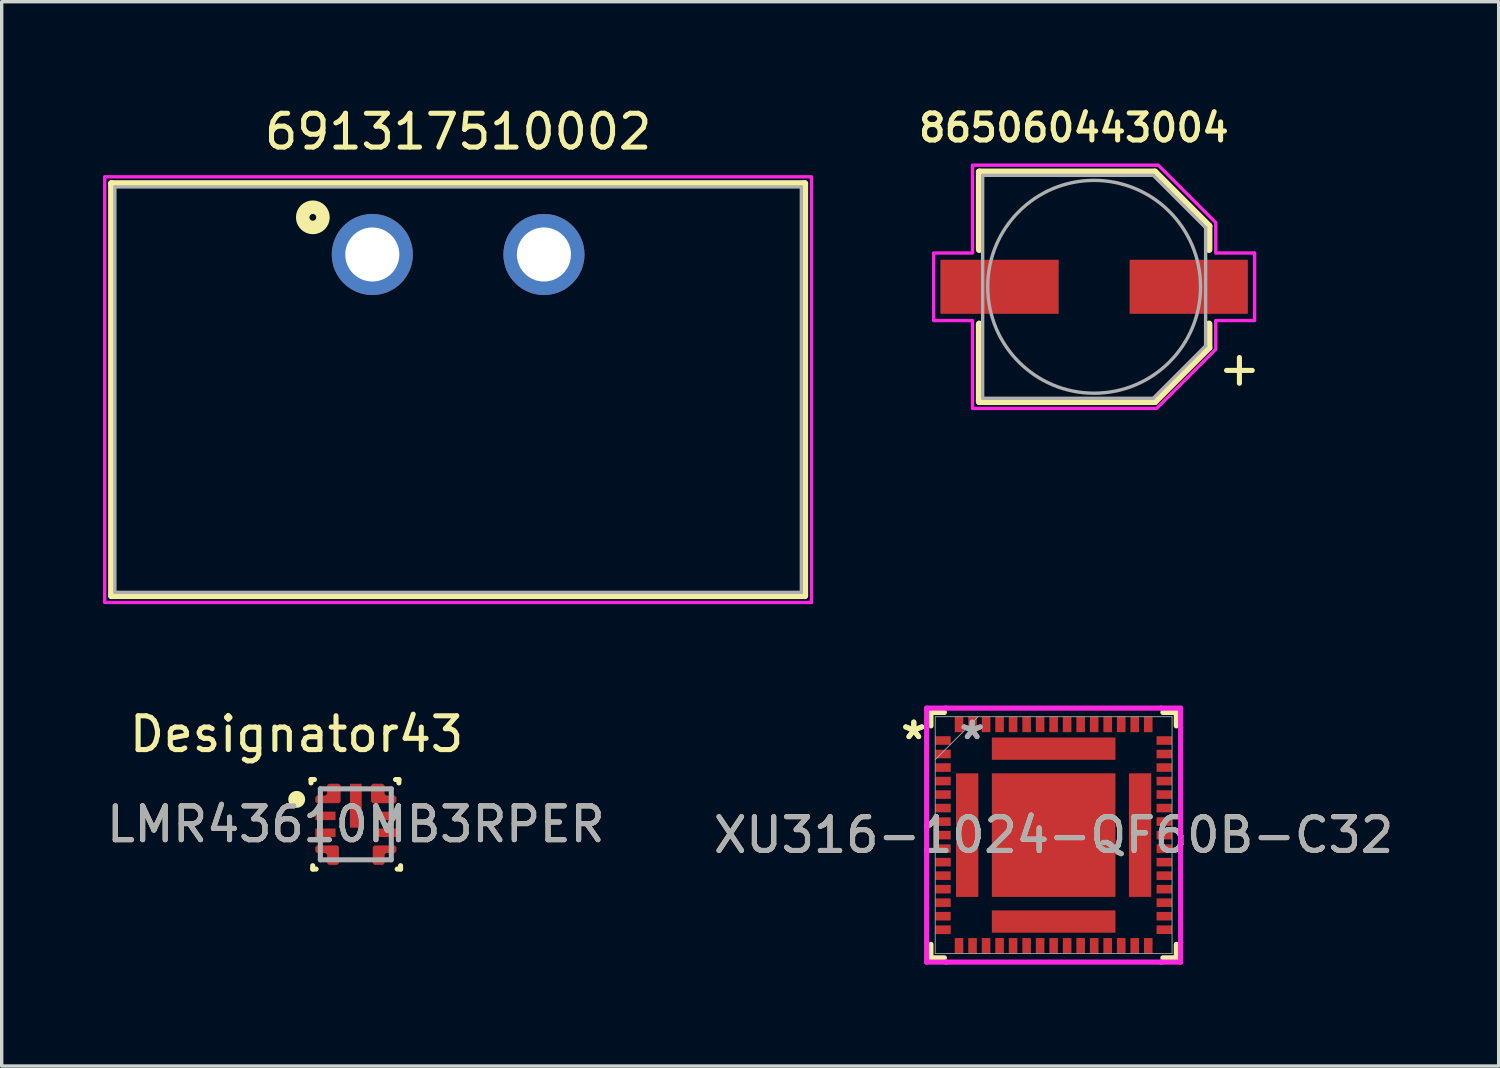
<source format=kicad_pcb>
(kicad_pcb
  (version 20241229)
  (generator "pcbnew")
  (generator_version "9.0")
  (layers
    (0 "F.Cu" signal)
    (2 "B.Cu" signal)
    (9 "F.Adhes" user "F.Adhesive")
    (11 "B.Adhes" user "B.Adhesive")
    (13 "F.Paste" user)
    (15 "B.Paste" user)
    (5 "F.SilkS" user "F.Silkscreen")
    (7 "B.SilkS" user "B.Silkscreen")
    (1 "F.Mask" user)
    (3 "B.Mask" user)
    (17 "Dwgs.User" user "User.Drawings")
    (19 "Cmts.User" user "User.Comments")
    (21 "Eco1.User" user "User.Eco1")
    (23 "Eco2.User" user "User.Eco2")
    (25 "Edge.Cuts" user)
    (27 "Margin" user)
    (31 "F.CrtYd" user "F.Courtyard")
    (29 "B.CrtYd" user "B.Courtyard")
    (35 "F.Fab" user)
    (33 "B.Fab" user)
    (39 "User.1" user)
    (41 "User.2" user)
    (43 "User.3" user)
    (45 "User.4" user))
  (footprint "LMR43610MB3RPER"
    (layer "F.Cu")
    (at 7.482 21.349)
    (property "Reference" "LMR43610MB3RPER" (at 0 0 0) (unlocked yes) (layer "F.SilkS") (effects (font (size 1 1) (thickness 0.15))))
    (attr smd)
    (fp_poly (pts (xy -1.2 -0.8) (xy -1.15 -0.851) (xy -0.9 -0.851) (xy -0.85 -0.901) (xy -0.85 -1.15) (xy -0.8 -1.2) (xy -0.5 -1.2) (xy -0.45 -1.15) (xy -0.45 -0.675) (xy -0.5 -0.625) (xy -1.15 -0.625) (xy -1.2 -0.675)) (stroke (width 0) (type solid)) (fill yes) (layer "F.Cu"))
    (fp_poly (pts (xy -1.2 0.8) (xy -1.15 0.85) (xy -0.9 0.851) (xy -0.85 0.901) (xy -0.85 1.15) (xy -0.8 1.2) (xy -0.55 1.2) (xy -0.5 1.15) (xy -0.5 0.675) (xy -0.55 0.625) (xy -1.15 0.625) (xy -1.2 0.675)) (stroke (width 0) (type solid)) (fill yes) (layer "F.Cu"))
    (fp_poly (pts (xy 1.2 -0.8) (xy 1.15 -0.85) (xy 0.9 -0.851) (xy 0.85 -0.901) (xy 0.85 -1.15) (xy 0.8 -1.2) (xy 0.5 -1.2) (xy 0.45 -1.15) (xy 0.45 -0.675) (xy 0.5 -0.625) (xy 1.15 -0.625) (xy 1.2 -0.675)) (stroke (width 0) (type solid)) (fill yes) (layer "F.Cu"))
    (fp_poly (pts (xy 1.2 0.8) (xy 1.15 0.851) (xy 0.9 0.85) (xy 0.85 0.901) (xy 0.85 1.15) (xy 0.8 1.2) (xy 0.55 1.2) (xy 0.5 1.15) (xy 0.5 0.675) (xy 0.55 0.625) (xy 1.15 0.625) (xy 1.2 0.675)) (stroke (width 0) (type solid)) (fill yes) (layer "F.Cu"))
    (fp_poly (pts (xy -1.2 -0.8) (xy -1.15 -0.851) (xy -0.9 -0.851) (xy -0.85 -0.901) (xy -0.85 -1.15) (xy -0.8 -1.2) (xy -0.5 -1.2) (xy -0.45 -1.15) (xy -0.45 -0.675) (xy -0.5 -0.625) (xy -1.15 -0.625) (xy -1.2 -0.675)) (stroke (width 0) (type solid)) (fill yes) (layer "F.Mask"))
    (fp_poly (pts (xy -1.2 0.8) (xy -1.2 0.675) (xy -1.15 0.625) (xy -0.55 0.625) (xy -0.5 0.675) (xy -0.5 1.15) (xy -0.55 1.2) (xy -0.8 1.2) (xy -0.85 1.15) (xy -0.85 0.901) (xy -0.9 0.851) (xy -1.15 0.85)) (stroke (width 0) (type solid)) (fill yes) (layer "F.Mask"))
    (fp_poly (pts (xy 1.2 -0.8) (xy 1.2 -0.675) (xy 1.15 -0.625) (xy 0.5 -0.625) (xy 0.45 -0.675) (xy 0.45 -1.15) (xy 0.5 -1.2) (xy 0.8 -1.2) (xy 0.85 -1.15) (xy 0.85 -0.901) (xy 0.9 -0.851) (xy 1.15 -0.85)) (stroke (width 0) (type solid)) (fill yes) (layer "F.Mask"))
    (fp_poly (pts (xy 1.2 0.8) (xy 1.15 0.851) (xy 0.9 0.85) (xy 0.85 0.901) (xy 0.85 1.15) (xy 0.8 1.2) (xy 0.55 1.2) (xy 0.5 1.15) (xy 0.5 0.675) (xy 0.55 0.625) (xy 1.15 0.625) (xy 1.2 0.675)) (stroke (width 0) (type solid)) (fill yes) (layer "F.Mask"))
    (fp_line (start -1.325 -1.325) (end -1.225 -1.325) (stroke (width 0.15) (type solid)) (layer "F.SilkS"))
    (fp_line (start -1.325 -1.225) (end -1.325 -1.325) (stroke (width 0.15) (type solid)) (layer "F.SilkS"))
    (fp_line (start -1.275 1.325) (end -1.275 1.225) (stroke (width 0.15) (type solid)) (layer "F.SilkS"))
    (fp_line (start -1.275 1.325) (end -1.175 1.325) (stroke (width 0.15) (type solid)) (layer "F.SilkS"))
    (fp_line (start 1.175 -1.325) (end 1.275 -1.325) (stroke (width 0.15) (type solid)) (layer "F.SilkS"))
    (fp_line (start 1.225 1.325) (end 1.325 1.325) (stroke (width 0.15) (type solid)) (layer "F.SilkS"))
    (fp_line (start 1.275 -1.225) (end 1.275 -1.325) (stroke (width 0.15) (type solid)) (layer "F.SilkS"))
    (fp_line (start 1.325 1.325) (end 1.325 1.225) (stroke (width 0.15) (type solid)) (layer "F.SilkS"))
    (fp_circle (center -1.75 -0.738) (end -1.625 -0.738) (stroke (width 0.25) (type solid)) (fill no) (layer "F.SilkS"))
    (fp_poly (pts (xy -0.175 0.05) (xy -0.175 -0.4) (xy -0.125 -0.45) (xy 0.125 -0.45) (xy 0.175 -0.4) (xy 0.175 0.05) (xy 0.125 0.1) (xy -0.125 0.1)) (stroke (width 0) (type solid)) (fill yes) (layer "F.Paste"))
    (fp_poly (pts (xy 0.175 -0.7) (xy 0.125 -0.65) (xy -0.125 -0.65) (xy -0.175 -0.7) (xy -0.175 -1.15) (xy -0.125 -1.2) (xy 0.125 -1.2) (xy 0.175 -1.15)) (stroke (width 0) (type solid)) (fill yes) (layer "F.Paste"))
    (fp_poly (pts (xy -1.2 -0.8) (xy -1.15 -0.85) (xy -0.9 -0.851) (xy -0.85 -0.901) (xy -0.85 -1.075) (xy -0.8 -1.125) (xy -0.5 -1.125) (xy -0.45 -1.075) (xy -0.45 -0.675) (xy -0.5 -0.625) (xy -1.15 -0.625) (xy -1.2 -0.675)) (stroke (width 0) (type solid)) (fill yes) (layer "F.Paste"))
    (fp_poly (pts (xy -1.2 0.8) (xy -1.2 0.675) (xy -1.15 0.625) (xy -0.55 0.625) (xy -0.5 0.675) (xy -0.5 1.15) (xy -0.55 1.2) (xy -0.8 1.2) (xy -0.85 1.15) (xy -0.85 0.901) (xy -0.9 0.851) (xy -1.15 0.85)) (stroke (width 0) (type solid)) (fill yes) (layer "F.Paste"))
    (fp_poly (pts (xy 1.2 -0.801) (xy 1.15 -0.851) (xy 0.9 -0.851) (xy 0.85 -0.901) (xy 0.85 -1.076) (xy 0.8 -1.126) (xy 0.5 -1.126) (xy 0.45 -1.076) (xy 0.45 -0.676) (xy 0.5 -0.626) (xy 1.15 -0.626) (xy 1.2 -0.676)) (stroke (width 0) (type solid)) (fill yes) (layer "F.Paste"))
    (fp_poly (pts (xy 1.2 0.8) (xy 1.15 0.851) (xy 0.9 0.85) (xy 0.85 0.901) (xy 0.85 1.15) (xy 0.8 1.2) (xy 0.55 1.2) (xy 0.5 1.15) (xy 0.5 0.675) (xy 0.55 0.625) (xy 1.15 0.625) (xy 1.2 0.675)) (stroke (width 0) (type solid)) (fill yes) (layer "F.Paste"))
    (fp_line (start -1.05 -1.05) (end 1.05 -1.05) (stroke (width 0.15) (type solid)) (layer "F.Fab"))
    (fp_line (start -1.05 1.05) (end -1.05 -1.05) (stroke (width 0.15) (type solid)) (layer "F.Fab"))
    (fp_line (start -1.05 1.05) (end 1.05 1.05) (stroke (width 0.15) (type solid)) (layer "F.Fab"))
    (fp_line (start 1.05 1.05) (end 1.05 -1.05) (stroke (width 0.15) (type solid)) (layer "F.Fab"))
    (fp_text user "Designator43" (at -1.753 -2.667 0) (unlocked yes) (layer "F.SilkS") (effects (font (size 1 1) (thickness 0.15))))
    (fp_text user "${REFERENCE}" (at 0 0 0) (unlocked yes) (layer "F.Fab") (effects (font (size 1 1) (thickness 0.15))))
    (pad "1" smd circle (at -0.661 -0.877) (size 0.342 0.342) (layers "F.Cu" "F.Mask"))
    (pad "2" smd rect (at -0.9 -0.25) (size 0.6 0.25) (layers "F.Cu" "F.Mask" "F.Paste"))
    (pad "3" smd rect (at -0.9 0.25) (size 0.6 0.25) (layers "F.Cu" "F.Mask" "F.Paste"))
    (pad "4" smd circle (at -0.661 0.877) (size 0.291 0.291) (layers "F.Cu" "F.Mask" "F.Paste"))
    (pad "5" smd circle (at 0.68 0.805) (size 0.323 0.323) (layers "F.Cu" "F.Mask" "F.Paste"))
    (pad "6" smd rect (at 0.9 0.25) (size 0.6 0.25) (layers "F.Cu" "F.Mask" "F.Paste"))
    (pad "7" smd rect (at 0.9 -0.25) (size 0.6 0.25) (layers "F.Cu" "F.Mask" "F.Paste"))
    (pad "8" smd circle (at 0.665 -0.841) (size 0.346 0.346) (layers "F.Cu" "F.Mask"))
    (pad "9" smd rect (at 0 -0.55) (size 0.35 1.3) (layers "F.Cu" "F.Mask")))
  (footprint "865060443004"
    (layer "F.Cu")
    (at 29.336 5.439)
    (property "Reference" "865060443004" (at -0.6 -4.708 0) (layer "F.SilkS") (effects (font (size 0.8 0.8) (thickness 0.15))))
    (attr smd)
    (fp_line (start -3.4 -3.4) (end -3.4 -1.1) (stroke (width 0.2) (type solid)) (layer "F.SilkS"))
    (fp_line (start -3.4 -3.4) (end 1.8 -3.4) (stroke (width 0.2) (type solid)) (layer "F.SilkS"))
    (fp_line (start -3.4 3.4) (end -3.4 1.1) (stroke (width 0.2) (type solid)) (layer "F.SilkS"))
    (fp_line (start -3.4 3.4) (end 1.8 3.4) (stroke (width 0.2) (type solid)) (layer "F.SilkS"))
    (fp_line (start 1.8 -3.4) (end 3.4 -1.8) (stroke (width 0.2) (type solid)) (layer "F.SilkS"))
    (fp_line (start 1.8 3.4) (end 3.4 1.8) (stroke (width 0.2) (type solid)) (layer "F.SilkS"))
    (fp_line (start 3.4 -1.8) (end 3.4 -1.1) (stroke (width 0.2) (type solid)) (layer "F.SilkS"))
    (fp_line (start 3.4 1.8) (end 3.4 1.1) (stroke (width 0.2) (type solid)) (layer "F.SilkS"))
    (fp_poly (pts (xy 1.9 -3.6) (xy -3.6 -3.6) (xy -3.6 -1) (xy -4.75 -1) (xy -4.75 1) (xy -3.6 1) (xy -3.6 3.6) (xy 1.85 3.6) (xy 3.6 1.85) (xy 3.6 1) (xy 4.75 1) (xy 4.75 -1) (xy 3.6 -1) (xy 3.6 -1.9)) (stroke (width 0.1) (type solid)) (fill no) (layer "F.CrtYd"))
    (fp_line (start -3.3 -3.3) (end -3.3 3.3) (stroke (width 0.1) (type solid)) (layer "F.Fab"))
    (fp_line (start -3.3 3.3) (end 1.75 3.3) (stroke (width 0.1) (type solid)) (layer "F.Fab"))
    (fp_line (start 1.75 -3.3) (end -3.3 -3.3) (stroke (width 0.1) (type solid)) (layer "F.Fab"))
    (fp_line (start 1.75 3.3) (end 3.3 1.75) (stroke (width 0.1) (type solid)) (layer "F.Fab"))
    (fp_line (start 3.3 -1.75) (end 1.75 -3.3) (stroke (width 0.1) (type solid)) (layer "F.Fab"))
    (fp_line (start 3.3 1.75) (end 3.3 -1.75) (stroke (width 0.1) (type solid)) (layer "F.Fab"))
    (fp_circle (center 0 0) (end 3.15 0) (stroke (width 0.1) (type solid)) (fill no) (layer "F.Fab"))
    (fp_text user "+" (at 4.3 2.4 0) (layer "F.SilkS") (effects (font (size 1 1) (thickness 0.15))))
    (pad "1" smd rect (at 2.8 0) (size 3.5 1.6) (layers "F.Cu" "F.Mask" "F.Paste"))
    (pad "2" smd rect (at -2.8 0) (size 3.5 1.6) (layers "F.Cu" "F.Mask" "F.Paste")))
  (footprint "XU316-1024-QF60B-C32"
    (layer "F.Cu")
    (at 28.137 21.669)
    (property "Reference" "XU316-1024-QF60B-C32" (at 0 0 0) (unlocked yes) (layer "F.SilkS") (effects (font (size 1 1) (thickness 0.15))))
    (attr smd)
    (fp_line (start -3.632 -3.632) (end -3.632 -3.234) (stroke (width 0.152) (type solid)) (layer "F.SilkS"))
    (fp_line (start -3.632 3.234) (end -3.632 3.632) (stroke (width 0.152) (type solid)) (layer "F.SilkS"))
    (fp_line (start -3.632 3.632) (end -3.234 3.632) (stroke (width 0.152) (type solid)) (layer "F.SilkS"))
    (fp_line (start -3.234 -3.632) (end -3.632 -3.632) (stroke (width 0.152) (type solid)) (layer "F.SilkS"))
    (fp_line (start 3.234 3.632) (end 3.632 3.632) (stroke (width 0.152) (type solid)) (layer "F.SilkS"))
    (fp_line (start 3.632 -3.632) (end 3.234 -3.632) (stroke (width 0.152) (type solid)) (layer "F.SilkS"))
    (fp_line (start 3.632 -3.234) (end 3.632 -3.632) (stroke (width 0.152) (type solid)) (layer "F.SilkS"))
    (fp_line (start 3.632 3.632) (end 3.632 3.234) (stroke (width 0.152) (type solid)) (layer "F.SilkS"))
    (fp_line (start -3.759 -3.759) (end -3.181 -3.759) (stroke (width 0.152) (type solid)) (layer "F.CrtYd"))
    (fp_line (start -3.759 -3.181) (end -3.759 -3.759) (stroke (width 0.152) (type solid)) (layer "F.CrtYd"))
    (fp_line (start -3.759 -3.181) (end -3.759 -3.181) (stroke (width 0.152) (type solid)) (layer "F.CrtYd"))
    (fp_line (start -3.759 3.181) (end -3.759 -3.181) (stroke (width 0.152) (type solid)) (layer "F.CrtYd"))
    (fp_line (start -3.759 3.181) (end -3.759 3.181) (stroke (width 0.152) (type solid)) (layer "F.CrtYd"))
    (fp_line (start -3.759 3.759) (end -3.759 3.181) (stroke (width 0.152) (type solid)) (layer "F.CrtYd"))
    (fp_line (start -3.181 -3.759) (end -3.181 -3.759) (stroke (width 0.152) (type solid)) (layer "F.CrtYd"))
    (fp_line (start -3.181 -3.759) (end 3.181 -3.759) (stroke (width 0.152) (type solid)) (layer "F.CrtYd"))
    (fp_line (start -3.181 3.759) (end -3.759 3.759) (stroke (width 0.152) (type solid)) (layer "F.CrtYd"))
    (fp_line (start -3.181 3.759) (end -3.181 3.759) (stroke (width 0.152) (type solid)) (layer "F.CrtYd"))
    (fp_line (start 3.181 -3.759) (end 3.181 -3.759) (stroke (width 0.152) (type solid)) (layer "F.CrtYd"))
    (fp_line (start 3.181 -3.759) (end 3.759 -3.759) (stroke (width 0.152) (type solid)) (layer "F.CrtYd"))
    (fp_line (start 3.181 3.759) (end -3.181 3.759) (stroke (width 0.152) (type solid)) (layer "F.CrtYd"))
    (fp_line (start 3.181 3.759) (end 3.181 3.759) (stroke (width 0.152) (type solid)) (layer "F.CrtYd"))
    (fp_line (start 3.759 -3.759) (end 3.759 -3.181) (stroke (width 0.152) (type solid)) (layer "F.CrtYd"))
    (fp_line (start 3.759 -3.181) (end 3.759 -3.181) (stroke (width 0.152) (type solid)) (layer "F.CrtYd"))
    (fp_line (start 3.759 -3.181) (end 3.759 3.181) (stroke (width 0.152) (type solid)) (layer "F.CrtYd"))
    (fp_line (start 3.759 3.181) (end 3.759 3.181) (stroke (width 0.152) (type solid)) (layer "F.CrtYd"))
    (fp_line (start 3.759 3.181) (end 3.759 3.759) (stroke (width 0.152) (type solid)) (layer "F.CrtYd"))
    (fp_line (start 3.759 3.759) (end 3.181 3.759) (stroke (width 0.152) (type solid)) (layer "F.CrtYd"))
    (fp_line (start -3.505 -3.505) (end -3.505 3.505) (stroke (width 0.025) (type solid)) (layer "F.Fab"))
    (fp_line (start -3.505 -2.235) (end -2.235 -3.505) (stroke (width 0.025) (type solid)) (layer "F.Fab"))
    (fp_line (start -3.505 3.505) (end 3.505 3.505) (stroke (width 0.025) (type solid)) (layer "F.Fab"))
    (fp_line (start 3.505 -3.505) (end -3.505 -3.505) (stroke (width 0.025) (type solid)) (layer "F.Fab"))
    (fp_line (start 3.505 3.505) (end 3.505 -3.505) (stroke (width 0.025) (type solid)) (layer "F.Fab"))
    (fp_text user "*" (at -4.139 -2.8 0) (layer "F.SilkS") (effects (font (size 1 1) (thickness 0.15))))
    (fp_text user "*" (at -4.139 -2.8 0) (unlocked yes) (layer "F.SilkS") (effects (font (size 1 1) (thickness 0.15))))
    (fp_text user "*" (at -2.411 -2.8 0) (unlocked yes) (layer "F.Fab") (effects (font (size 1 1) (thickness 0.15))))
    (fp_text user "${REFERENCE}" (at 0 0 0) (unlocked yes) (layer "F.Fab") (effects (font (size 1 1) (thickness 0.15))))
    (fp_text user "*" (at -2.411 -2.8 0) (layer "F.Fab") (effects (font (size 1 1) (thickness 0.15))))
    (pad "1" smd rect (at -3.275 -2.8) (size 0.457 0.254) (layers "F.Cu" "F.Mask" "F.Paste"))
    (pad "2" smd rect (at -3.275 -2.4) (size 0.457 0.254) (layers "F.Cu" "F.Mask" "F.Paste"))
    (pad "3" smd rect (at -3.275 -2) (size 0.457 0.254) (layers "F.Cu" "F.Mask" "F.Paste"))
    (pad "4" smd rect (at -3.275 -1.6) (size 0.457 0.254) (layers "F.Cu" "F.Mask" "F.Paste"))
    (pad "5" smd rect (at -3.275 -1.2) (size 0.457 0.254) (layers "F.Cu" "F.Mask" "F.Paste"))
    (pad "6" smd rect (at -3.275 -0.8) (size 0.457 0.254) (layers "F.Cu" "F.Mask" "F.Paste"))
    (pad "7" smd rect (at -3.275 -0.4) (size 0.457 0.254) (layers "F.Cu" "F.Mask" "F.Paste"))
    (pad "8" smd rect (at -3.275 0) (size 0.457 0.254) (layers "F.Cu" "F.Mask" "F.Paste"))
    (pad "9" smd rect (at -3.275 0.4) (size 0.457 0.254) (layers "F.Cu" "F.Mask" "F.Paste"))
    (pad "10" smd rect (at -3.275 0.8) (size 0.457 0.254) (layers "F.Cu" "F.Mask" "F.Paste"))
    (pad "11" smd rect (at -3.275 1.2) (size 0.457 0.254) (layers "F.Cu" "F.Mask" "F.Paste"))
    (pad "12" smd rect (at -3.275 1.6) (size 0.457 0.254) (layers "F.Cu" "F.Mask" "F.Paste"))
    (pad "13" smd rect (at -3.275 2) (size 0.457 0.254) (layers "F.Cu" "F.Mask" "F.Paste"))
    (pad "14" smd rect (at -3.275 2.4) (size 0.457 0.254) (layers "F.Cu" "F.Mask" "F.Paste"))
    (pad "15" smd rect (at -3.275 2.8) (size 0.457 0.254) (layers "F.Cu" "F.Mask" "F.Paste"))
    (pad "16" smd rect (at -2.8 3.275 90) (size 0.457 0.254) (layers "F.Cu" "F.Mask" "F.Paste"))
    (pad "17" smd rect (at -2.4 3.275 90) (size 0.457 0.254) (layers "F.Cu" "F.Mask" "F.Paste"))
    (pad "18" smd rect (at -2 3.275 90) (size 0.457 0.254) (layers "F.Cu" "F.Mask" "F.Paste"))
    (pad "19" smd rect (at -1.6 3.275 90) (size 0.457 0.254) (layers "F.Cu" "F.Mask" "F.Paste"))
    (pad "20" smd rect (at -1.2 3.275 90) (size 0.457 0.254) (layers "F.Cu" "F.Mask" "F.Paste"))
    (pad "21" smd rect (at -0.8 3.275 90) (size 0.457 0.254) (layers "F.Cu" "F.Mask" "F.Paste"))
    (pad "22" smd rect (at -0.4 3.275 90) (size 0.457 0.254) (layers "F.Cu" "F.Mask" "F.Paste"))
    (pad "23" smd rect (at 0 3.275 90) (size 0.457 0.254) (layers "F.Cu" "F.Mask" "F.Paste"))
    (pad "24" smd rect (at 0.4 3.275 90) (size 0.457 0.254) (layers "F.Cu" "F.Mask" "F.Paste"))
    (pad "25" smd rect (at 0.8 3.275 90) (size 0.457 0.254) (layers "F.Cu" "F.Mask" "F.Paste"))
    (pad "26" smd rect (at 1.2 3.275 90) (size 0.457 0.254) (layers "F.Cu" "F.Mask" "F.Paste"))
    (pad "27" smd rect (at 1.6 3.275 90) (size 0.457 0.254) (layers "F.Cu" "F.Mask" "F.Paste"))
    (pad "28" smd rect (at 2 3.275 90) (size 0.457 0.254) (layers "F.Cu" "F.Mask" "F.Paste"))
    (pad "29" smd rect (at 2.4 3.275 90) (size 0.457 0.254) (layers "F.Cu" "F.Mask" "F.Paste"))
    (pad "30" smd rect (at 2.8 3.275 90) (size 0.457 0.254) (layers "F.Cu" "F.Mask" "F.Paste"))
    (pad "31" smd rect (at 3.275 2.8) (size 0.457 0.254) (layers "F.Cu" "F.Mask" "F.Paste"))
    (pad "32" smd rect (at 3.275 2.4) (size 0.457 0.254) (layers "F.Cu" "F.Mask" "F.Paste"))
    (pad "33" smd rect (at 3.275 2) (size 0.457 0.254) (layers "F.Cu" "F.Mask" "F.Paste"))
    (pad "34" smd rect (at 3.275 1.6) (size 0.457 0.254) (layers "F.Cu" "F.Mask" "F.Paste"))
    (pad "35" smd rect (at 3.275 1.2) (size 0.457 0.254) (layers "F.Cu" "F.Mask" "F.Paste"))
    (pad "36" smd rect (at 3.275 0.8) (size 0.457 0.254) (layers "F.Cu" "F.Mask" "F.Paste"))
    (pad "37" smd rect (at 3.275 0.4) (size 0.457 0.254) (layers "F.Cu" "F.Mask" "F.Paste"))
    (pad "38" smd rect (at 3.275 0) (size 0.457 0.254) (layers "F.Cu" "F.Mask" "F.Paste"))
    (pad "39" smd rect (at 3.275 -0.4) (size 0.457 0.254) (layers "F.Cu" "F.Mask" "F.Paste"))
    (pad "40" smd rect (at 3.275 -0.8) (size 0.457 0.254) (layers "F.Cu" "F.Mask" "F.Paste"))
    (pad "41" smd rect (at 3.275 -1.2) (size 0.457 0.254) (layers "F.Cu" "F.Mask" "F.Paste"))
    (pad "42" smd rect (at 3.275 -1.6) (size 0.457 0.254) (layers "F.Cu" "F.Mask" "F.Paste"))
    (pad "43" smd rect (at 3.275 -2) (size 0.457 0.254) (layers "F.Cu" "F.Mask" "F.Paste"))
    (pad "44" smd rect (at 3.275 -2.4) (size 0.457 0.254) (layers "F.Cu" "F.Mask" "F.Paste"))
    (pad "45" smd rect (at 3.275 -2.8) (size 0.457 0.254) (layers "F.Cu" "F.Mask" "F.Paste"))
    (pad "46" smd rect (at 2.8 -3.275 90) (size 0.457 0.254) (layers "F.Cu" "F.Mask" "F.Paste"))
    (pad "47" smd rect (at 2.4 -3.275 90) (size 0.457 0.254) (layers "F.Cu" "F.Mask" "F.Paste"))
    (pad "48" smd rect (at 2 -3.275 90) (size 0.457 0.254) (layers "F.Cu" "F.Mask" "F.Paste"))
    (pad "49" smd rect (at 1.6 -3.275 90) (size 0.457 0.254) (layers "F.Cu" "F.Mask" "F.Paste"))
    (pad "50" smd rect (at 1.2 -3.275 90) (size 0.457 0.254) (layers "F.Cu" "F.Mask" "F.Paste"))
    (pad "51" smd rect (at 0.8 -3.275 90) (size 0.457 0.254) (layers "F.Cu" "F.Mask" "F.Paste"))
    (pad "52" smd rect (at 0.4 -3.275 90) (size 0.457 0.254) (layers "F.Cu" "F.Mask" "F.Paste"))
    (pad "53" smd rect (at 0 -3.275 90) (size 0.457 0.254) (layers "F.Cu" "F.Mask" "F.Paste"))
    (pad "54" smd rect (at -0.4 -3.275 90) (size 0.457 0.254) (layers "F.Cu" "F.Mask" "F.Paste"))
    (pad "55" smd rect (at -0.8 -3.275 90) (size 0.457 0.254) (layers "F.Cu" "F.Mask" "F.Paste"))
    (pad "56" smd rect (at -1.2 -3.275 90) (size 0.457 0.254) (layers "F.Cu" "F.Mask" "F.Paste"))
    (pad "57" smd rect (at -1.6 -3.275 90) (size 0.457 0.254) (layers "F.Cu" "F.Mask" "F.Paste"))
    (pad "58" smd rect (at -2 -3.275 90) (size 0.457 0.254) (layers "F.Cu" "F.Mask" "F.Paste"))
    (pad "59" smd rect (at -2.4 -3.275 90) (size 0.457 0.254) (layers "F.Cu" "F.Mask" "F.Paste"))
    (pad "60" smd rect (at -2.8 -3.275 90) (size 0.457 0.254) (layers "F.Cu" "F.Mask" "F.Paste"))
    (pad "61" smd rect (at -2.559 0) (size 0.66 3.658) (layers "F.Cu" "F.Mask" "F.Paste"))
    (pad "62" smd rect (at 0 2.559) (size 3.658 0.66) (layers "F.Cu" "F.Mask" "F.Paste"))
    (pad "63" smd rect (at 2.559 0) (size 0.66 3.658) (layers "F.Cu" "F.Mask" "F.Paste"))
    (pad "64" smd rect (at 0 -2.559) (size 3.658 0.66) (layers "F.Cu" "F.Mask" "F.Paste"))
    (pad "65" smd rect (at 0 0) (size 3.658 3.658) (layers "F.Cu" "F.Mask" "F.Paste")))
  (footprint "691317510002"
    (layer "F.Cu")
    (at 10.51 4.483)
    (property "Reference" "691317510002" (at 0 -3.635 0) (layer "F.SilkS") (effects (font (size 1 1) (thickness 0.15))))
    (attr through_hole)
    (fp_line (start -10.26 -2.1) (end 10.26 -2.1) (stroke (width 0.2) (type solid)) (layer "F.SilkS"))
    (fp_line (start -10.26 10.1) (end -10.26 -2.1) (stroke (width 0.2) (type solid)) (layer "F.SilkS"))
    (fp_line (start 10.26 -2.1) (end 10.26 10.1) (stroke (width 0.2) (type solid)) (layer "F.SilkS"))
    (fp_line (start 10.26 10.1) (end -10.26 10.1) (stroke (width 0.2) (type solid)) (layer "F.SilkS"))
    (fp_circle (center -4.3 -1.1) (end -4.2 -1.1) (stroke (width 0.4) (type solid)) (fill no) (layer "F.SilkS"))
    (fp_poly (pts (xy -10.46 -2.3) (xy 10.46 -2.3) (xy 10.46 10.3) (xy -10.46 10.3)) (stroke (width 0.1) (type solid)) (fill no) (layer "F.CrtYd"))
    (fp_line (start -10.16 -2) (end -10.16 10) (stroke (width 0.1) (type solid)) (layer "F.Fab"))
    (fp_line (start -10.16 10) (end 10.16 10) (stroke (width 0.1) (type solid)) (layer "F.Fab"))
    (fp_line (start 10.16 -2) (end -10.16 -2) (stroke (width 0.1) (type solid)) (layer "F.Fab"))
    (fp_line (start 10.16 10) (end 10.16 -2) (stroke (width 0.1) (type solid)) (layer "F.Fab"))
    (pad "1" thru_hole circle (at -2.54 0) (size 2.4 2.4) (drill 1.6) (layers "*.Cu" "*.Mask"))
    (pad "2" thru_hole circle (at 2.54 0) (size 2.4 2.4) (drill 1.6) (layers "*.Cu" "*.Mask")))
  (gr_rect
    (start -3 -3)
    (end 41.31 28.504)
    (stroke (width 0.1) (type default))
    (fill no)
    (layer "Edge.Cuts")))
</source>
